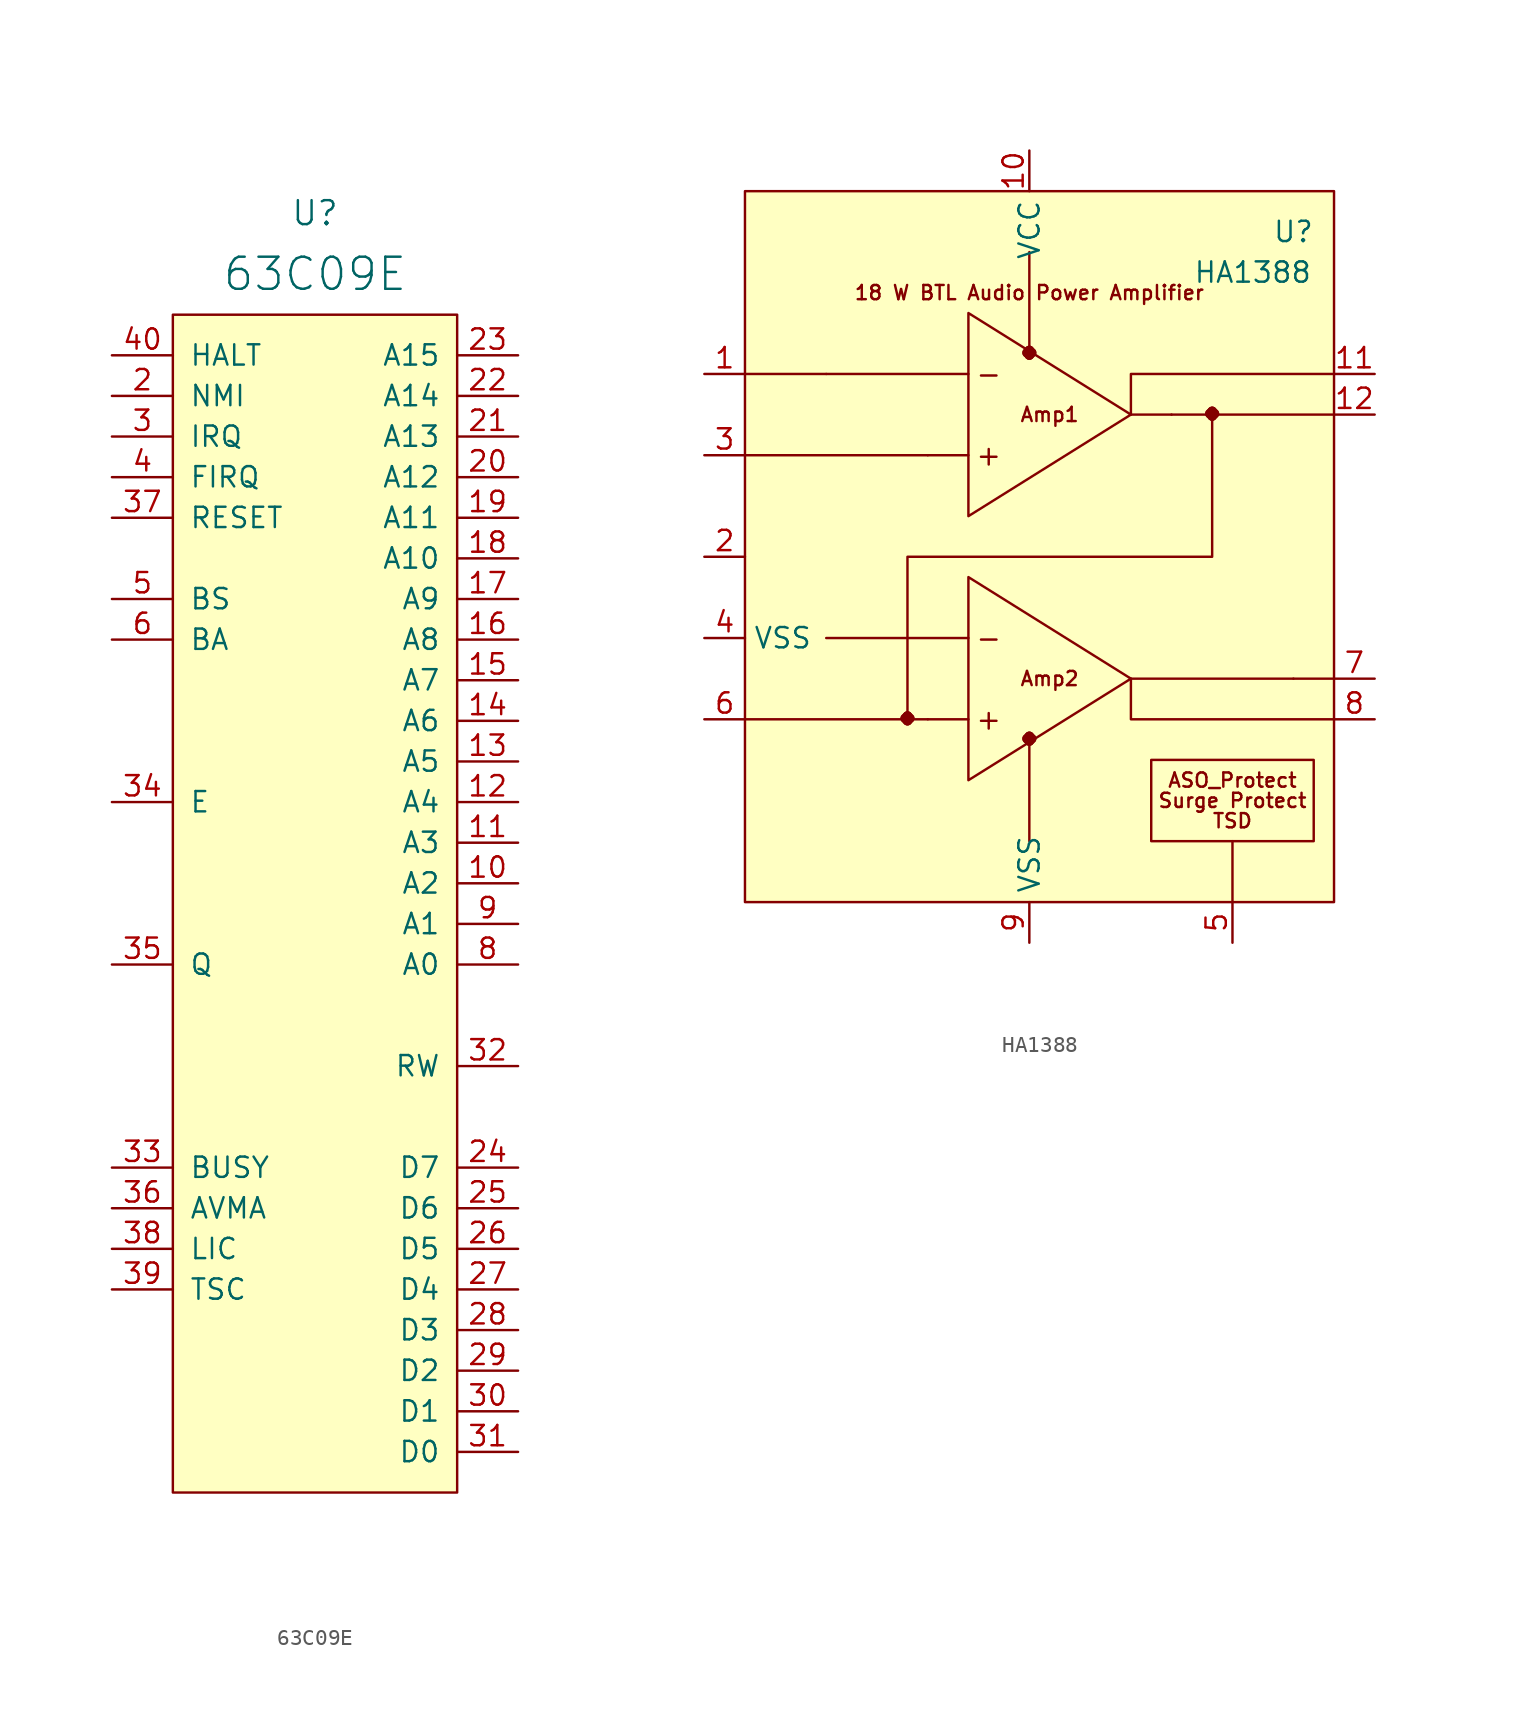
<source format=kicad_sym>
(kicad_symbol_lib
  (version 20211014)
  (generator kicad_symbol_editor)
  (symbol "63C09E"
    (pin_names
      (offset 1.016))
    (property "Reference" "U"
      (at 8.89 6.35 0)
      (effects (font (size 1.499 1.499))))
    (property "Value" "63C09E"
      (at 8.89 2.54 0)
      (effects (font (size 2.007 2.007))))
    (symbol "63C09E_0_1"
      (rectangle (start 0 0) (end 17.78 -73.66) (stroke (width 0) (type default) (color 0 0 0 0)) (fill (type background))))
    (symbol "63C09E_1_1"
      (pin input line (at -3.81 -68.58 0) (length 3.81) hide (name "GND" (effects (font (size 1.27 1.27)))) (number "1" (effects (font (size 1.27 1.27)))))
      (pin input line (at 21.59 -35.56 180) (length 3.81) (name "A2" (effects (font (size 1.27 1.27)))) (number "10" (effects (font (size 1.27 1.27)))))
      (pin input line (at 21.59 -33.02 180) (length 3.81) (name "A3" (effects (font (size 1.27 1.27)))) (number "11" (effects (font (size 1.27 1.27)))))
      (pin input line (at 21.59 -30.48 180) (length 3.81) (name "A4" (effects (font (size 1.27 1.27)))) (number "12" (effects (font (size 1.27 1.27)))))
      (pin input line (at 21.59 -27.94 180) (length 3.81) (name "A5" (effects (font (size 1.27 1.27)))) (number "13" (effects (font (size 1.27 1.27)))))
      (pin input line (at 21.59 -25.4 180) (length 3.81) (name "A6" (effects (font (size 1.27 1.27)))) (number "14" (effects (font (size 1.27 1.27)))))
      (pin input line (at 21.59 -22.86 180) (length 3.81) (name "A7" (effects (font (size 1.27 1.27)))) (number "15" (effects (font (size 1.27 1.27)))))
      (pin input line (at 21.59 -20.32 180) (length 3.81) (name "A8" (effects (font (size 1.27 1.27)))) (number "16" (effects (font (size 1.27 1.27)))))
      (pin input line (at 21.59 -17.78 180) (length 3.81) (name "A9" (effects (font (size 1.27 1.27)))) (number "17" (effects (font (size 1.27 1.27)))))
      (pin input line (at 21.59 -15.24 180) (length 3.81) (name "A10" (effects (font (size 1.27 1.27)))) (number "18" (effects (font (size 1.27 1.27)))))
      (pin input line (at 21.59 -12.7 180) (length 3.81) (name "A11" (effects (font (size 1.27 1.27)))) (number "19" (effects (font (size 1.27 1.27)))))
      (pin input line (at -3.81 -5.08 0) (length 3.81) (name "NMI" (effects (font (size 1.27 1.27)))) (number "2" (effects (font (size 1.27 1.27)))))
      (pin input line (at 21.59 -10.16 180) (length 3.81) (name "A12" (effects (font (size 1.27 1.27)))) (number "20" (effects (font (size 1.27 1.27)))))
      (pin input line (at 21.59 -7.62 180) (length 3.81) (name "A13" (effects (font (size 1.27 1.27)))) (number "21" (effects (font (size 1.27 1.27)))))
      (pin input line (at 21.59 -5.08 180) (length 3.81) (name "A14" (effects (font (size 1.27 1.27)))) (number "22" (effects (font (size 1.27 1.27)))))
      (pin input line (at 21.59 -2.54 180) (length 3.81) (name "A15" (effects (font (size 1.27 1.27)))) (number "23" (effects (font (size 1.27 1.27)))))
      (pin input line (at 21.59 -53.34 180) (length 3.81) (name "D7" (effects (font (size 1.27 1.27)))) (number "24" (effects (font (size 1.27 1.27)))))
      (pin input line (at 21.59 -55.88 180) (length 3.81) (name "D6" (effects (font (size 1.27 1.27)))) (number "25" (effects (font (size 1.27 1.27)))))
      (pin input line (at 21.59 -58.42 180) (length 3.81) (name "D5" (effects (font (size 1.27 1.27)))) (number "26" (effects (font (size 1.27 1.27)))))
      (pin input line (at 21.59 -60.96 180) (length 3.81) (name "D4" (effects (font (size 1.27 1.27)))) (number "27" (effects (font (size 1.27 1.27)))))
      (pin input line (at 21.59 -63.5 180) (length 3.81) (name "D3" (effects (font (size 1.27 1.27)))) (number "28" (effects (font (size 1.27 1.27)))))
      (pin input line (at 21.59 -66.04 180) (length 3.81) (name "D2" (effects (font (size 1.27 1.27)))) (number "29" (effects (font (size 1.27 1.27)))))
      (pin input line (at -3.81 -7.62 0) (length 3.81) (name "IRQ" (effects (font (size 1.27 1.27)))) (number "3" (effects (font (size 1.27 1.27)))))
      (pin input line (at 21.59 -68.58 180) (length 3.81) (name "D1" (effects (font (size 1.27 1.27)))) (number "30" (effects (font (size 1.27 1.27)))))
      (pin input line (at 21.59 -71.12 180) (length 3.81) (name "D0" (effects (font (size 1.27 1.27)))) (number "31" (effects (font (size 1.27 1.27)))))
      (pin input line (at 21.59 -46.99 180) (length 3.81) (name "RW" (effects (font (size 1.27 1.27)))) (number "32" (effects (font (size 1.27 1.27)))))
      (pin input line (at -3.81 -53.34 0) (length 3.81) (name "BUSY" (effects (font (size 1.27 1.27)))) (number "33" (effects (font (size 1.27 1.27)))))
      (pin input line (at -3.81 -30.48 0) (length 3.81) (name "E" (effects (font (size 1.27 1.27)))) (number "34" (effects (font (size 1.27 1.27)))))
      (pin input line (at -3.81 -40.64 0) (length 3.81) (name "Q" (effects (font (size 1.27 1.27)))) (number "35" (effects (font (size 1.27 1.27)))))
      (pin input line (at -3.81 -55.88 0) (length 3.81) (name "AVMA" (effects (font (size 1.27 1.27)))) (number "36" (effects (font (size 1.27 1.27)))))
      (pin input line (at -3.81 -12.7 0) (length 3.81) (name "RESET" (effects (font (size 1.27 1.27)))) (number "37" (effects (font (size 1.27 1.27)))))
      (pin input line (at -3.81 -58.42 0) (length 3.81) (name "LIC" (effects (font (size 1.27 1.27)))) (number "38" (effects (font (size 1.27 1.27)))))
      (pin input line (at -3.81 -60.96 0) (length 3.81) (name "TSC" (effects (font (size 1.27 1.27)))) (number "39" (effects (font (size 1.27 1.27)))))
      (pin input line (at -3.81 -10.16 0) (length 3.81) (name "FIRQ" (effects (font (size 1.27 1.27)))) (number "4" (effects (font (size 1.27 1.27)))))
      (pin input line (at -3.81 -2.54 0) (length 3.81) (name "HALT" (effects (font (size 1.27 1.27)))) (number "40" (effects (font (size 1.27 1.27)))))
      (pin input line (at -3.81 -17.78 0) (length 3.81) (name "BS" (effects (font (size 1.27 1.27)))) (number "5" (effects (font (size 1.27 1.27)))))
      (pin input line (at -3.81 -20.32 0) (length 3.81) (name "BA" (effects (font (size 1.27 1.27)))) (number "6" (effects (font (size 1.27 1.27)))))
      (pin input line (at -3.81 -66.04 0) (length 3.81) hide (name "VCC" (effects (font (size 1.27 1.27)))) (number "7" (effects (font (size 1.27 1.27)))))
      (pin input line (at 21.59 -40.64 180) (length 3.81) (name "A0" (effects (font (size 1.27 1.27)))) (number "8" (effects (font (size 1.27 1.27)))))
      (pin input line (at 21.59 -38.1 180) (length 3.81) (name "A1" (effects (font (size 1.27 1.27)))) (number "9" (effects (font (size 1.27 1.27)))))))
  (symbol "HA1388"
    (property "Reference" "U"
      (at 16.51 20.32 0)
      (effects (font (size 1.27 1.27))))
    (property "Value" "HA1388"
      (at 13.97 17.78 0)
      (effects (font (size 1.27 1.27))))
    (symbol "HA1388_0_0"
      (rectangle (start -17.78 22.86) (end 19.05 -21.59) (stroke (width 0) (type default) (color 0 0 0 0)) (fill (type background)))
      (polyline (pts (xy -3.81 -5.08) (xy -12.7 -5.08)) (stroke (width 0) (type default) (color 0 0 0 0)) (fill (type none)))
      (polyline (pts (xy 6.35 -7.62) (xy 19.05 -7.62)) (stroke (width 0) (type default) (color 0 0 0 0)) (fill (type none)))
      (polyline (pts (xy 8.89 8.89) (xy 19.05 8.89)) (stroke (width 0) (type default) (color 0 0 0 0)) (fill (type none)))
      (polyline (pts (xy 6.35 -7.62) (xy 6.35 -10.16) (xy 19.05 -10.16)) (stroke (width 0) (type default) (color 0 0 0 0)) (fill (type none)))
      (polyline (pts (xy 19.05 11.43) (xy 6.35 11.43) (xy 6.35 8.89)) (stroke (width 0) (type default) (color 0 0 0 0)) (fill (type none)))
      (rectangle (start 7.62 -17.78) (end 17.78 -12.7) (stroke (width 0) (type default) (color 0 0 0 0)) (fill (type none)))
      (rectangle (start 16.51 -7.62) (end 16.51 -7.62) (stroke (width 0) (type default) (color 0 0 0 0)) (fill (type none)))
      (text "." (at -7.62 -8.89 0) (effects (font (size 2.997 2.997) bold)))
      (text "." (at 0 -10.16 0) (effects (font (size 2.997 2.997) bold)))
      (text "18 W BTL Audio Power Amplifier" (at 0 16.51 0) (effects (font (size 0.889 0.889))))
      (text "Amp1" (at 1.27 8.89 0) (effects (font (size 0.889 0.889))))
      (text "Amp2" (at 1.27 -7.62 0) (effects (font (size 0.889 0.889))))
      (text "ASO_Protect" (at 12.7 -13.97 0) (effects (font (size 0.889 0.889))))
      (text "Surge Protect" (at 12.7 -15.24 0) (effects (font (size 0.889 0.889))))
      (text "TSD" (at 12.7 -16.51 0) (effects (font (size 0.889 0.889)))))
    (symbol "HA1388_0_1"
      (polyline (pts (xy -17.78 -10.16) (xy -6.35 -10.16)) (stroke (width 0) (type default) (color 0 0 0 0)) (fill (type none)))
      (polyline (pts (xy -17.78 6.35) (xy -6.35 6.35)) (stroke (width 0) (type default) (color 0 0 0 0)) (fill (type none)))
      (polyline (pts (xy -12.7 11.43) (xy -17.78 11.43)) (stroke (width 0.152) (type default) (color 0 0 0 0)) (fill (type none)))
      (polyline (pts (xy -3.81 11.43) (xy -12.7 11.43)) (stroke (width 0.152) (type default) (color 0 0 0 0)) (fill (type none)))
      (polyline (pts (xy 0 -11.43) (xy 0 -17.78)) (stroke (width 0.152) (type default) (color 0 0 0 0)) (fill (type none)))
      (polyline (pts (xy 0 19.05) (xy 0 12.7)) (stroke (width 0.152) (type default) (color 0 0 0 0)) (fill (type none)))
      (polyline (pts (xy 8.89 8.89) (xy 6.35 8.89)) (stroke (width 0) (type default) (color 0 0 0 0)) (fill (type none)))
      (polyline (pts (xy 12.7 -17.78) (xy 12.7 -21.59)) (stroke (width 0) (type default) (color 0 0 0 0)) (fill (type none)))
      (polyline (pts (xy -7.62 -10.16) (xy -7.62 0) (xy 11.43 0) (xy 11.43 8.89)) (stroke (width 0) (type default) (color 0 0 0 0)) (fill (type none))))
    (symbol "HA1388_1_1"
      (polyline (pts (xy -3.81 -10.16) (xy -6.35 -10.16)) (stroke (width 0) (type default) (color 0 0 0 0)) (fill (type none)))
      (polyline (pts (xy -3.81 6.35) (xy -6.35 6.35)) (stroke (width 0) (type default) (color 0 0 0 0)) (fill (type none)))
      (polyline (pts (xy 6.35 -7.62) (xy -3.81 -1.27) (xy -3.81 -13.97) (xy 6.35 -7.62)) (stroke (width 0) (type default) (color 0 0 0 0)) (fill (type none)))
      (polyline (pts (xy 6.35 8.89) (xy -3.81 15.24) (xy -3.81 2.54) (xy 6.35 8.89)) (stroke (width 0) (type default) (color 0 0 0 0)) (fill (type none)))
      (text "+" (at -2.54 -10.16 0) (effects (font (size 1.27 1.27))))
      (text "+" (at -2.54 6.35 0) (effects (font (size 1.27 1.27))))
      (text "-" (at -2.54 -5.08 0) (effects (font (size 1.27 1.27))))
      (text "-" (at -2.54 11.43 0) (effects (font (size 1.27 1.27))))
      (text "." (at 0 13.97 0) (effects (font (size 2.997 2.997) bold)))
      (text "." (at 11.43 10.16 0) (effects (font (size 2.997 2.997) bold)))
      (pin input line (at -20.32 11.43 0) (length 2.54) (name "" (effects (font (size 1.27 1.27)))) (number "1" (effects (font (size 1.27 1.27)))))
      (pin power_in line (at 0 25.4 270) (length 2.54) (name "VCC" (effects (font (size 1.27 1.27)))) (number "10" (effects (font (size 1.27 1.27)))))
      (pin output line (at 21.59 11.43 180) (length 2.54) (name "~" (effects (font (size 1.27 1.27)))) (number "11" (effects (font (size 1.27 1.27)))))
      (pin output line (at 21.59 8.89 180) (length 2.54) (name "~" (effects (font (size 1.27 1.27)))) (number "12" (effects (font (size 1.27 1.27)))))
      (pin input line (at -20.32 0 0) (length 2.54) (name "~" (effects (font (size 1.27 1.27)))) (number "2" (effects (font (size 1.27 1.27)))))
      (pin input line (at -20.32 6.35 0) (length 2.54) (name "~" (effects (font (size 1.27 1.27)))) (number "3" (effects (font (size 1.27 1.27)))))
      (pin power_in line (at -20.32 -5.08 0) (length 2.54) (name "VSS" (effects (font (size 1.27 1.27)))) (number "4" (effects (font (size 1.27 1.27)))))
      (pin input line (at 12.7 -24.13 90) (length 2.54) (name "~" (effects (font (size 1.27 1.27)))) (number "5" (effects (font (size 1.27 1.27)))))
      (pin input line (at -20.32 -10.16 0) (length 2.54) (name "~" (effects (font (size 1.27 1.27)))) (number "6" (effects (font (size 1.27 1.27)))))
      (pin output line (at 21.59 -7.62 180) (length 2.54) (name "~" (effects (font (size 1.27 1.27)))) (number "7" (effects (font (size 1.27 1.27)))))
      (pin output line (at 21.59 -10.16 180) (length 2.54) (name "~" (effects (font (size 1.27 1.27)))) (number "8" (effects (font (size 1.27 1.27)))))
      (pin power_in line (at 0 -24.13 90) (length 2.54) (name "VSS" (effects (font (size 1.27 1.27)))) (number "9" (effects (font (size 1.27 1.27))))))))
</source>
